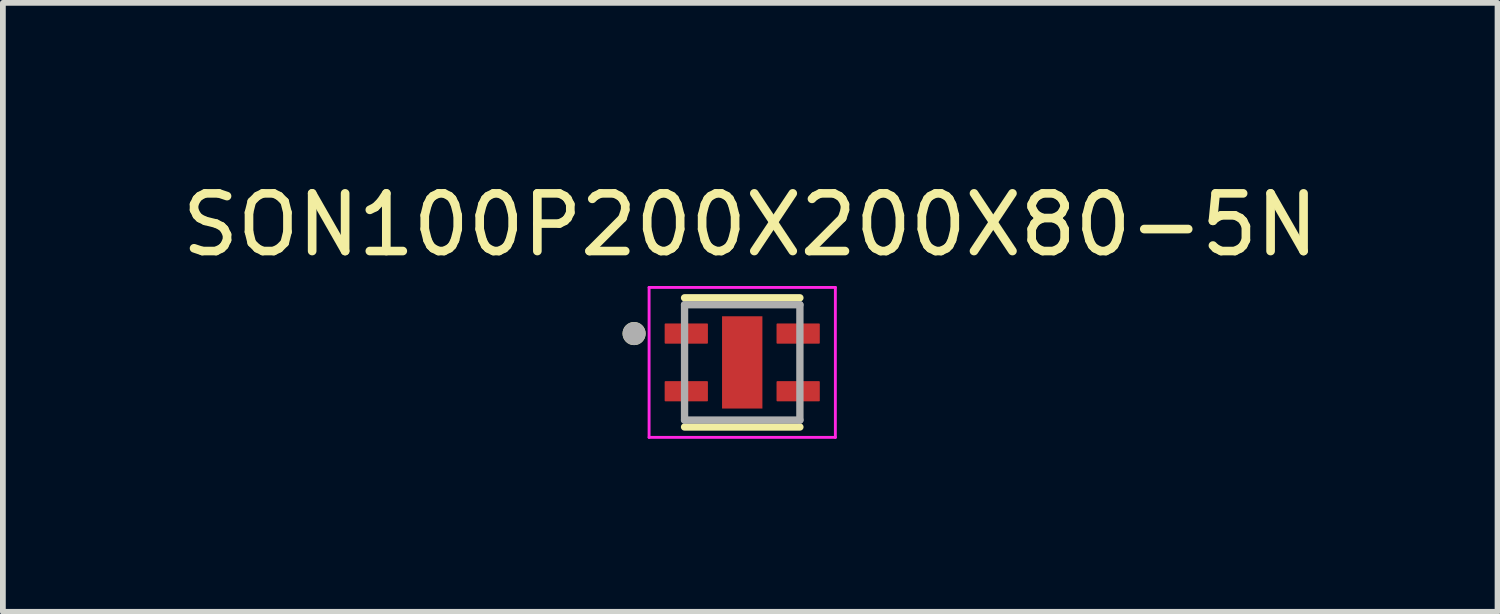
<source format=kicad_pcb>
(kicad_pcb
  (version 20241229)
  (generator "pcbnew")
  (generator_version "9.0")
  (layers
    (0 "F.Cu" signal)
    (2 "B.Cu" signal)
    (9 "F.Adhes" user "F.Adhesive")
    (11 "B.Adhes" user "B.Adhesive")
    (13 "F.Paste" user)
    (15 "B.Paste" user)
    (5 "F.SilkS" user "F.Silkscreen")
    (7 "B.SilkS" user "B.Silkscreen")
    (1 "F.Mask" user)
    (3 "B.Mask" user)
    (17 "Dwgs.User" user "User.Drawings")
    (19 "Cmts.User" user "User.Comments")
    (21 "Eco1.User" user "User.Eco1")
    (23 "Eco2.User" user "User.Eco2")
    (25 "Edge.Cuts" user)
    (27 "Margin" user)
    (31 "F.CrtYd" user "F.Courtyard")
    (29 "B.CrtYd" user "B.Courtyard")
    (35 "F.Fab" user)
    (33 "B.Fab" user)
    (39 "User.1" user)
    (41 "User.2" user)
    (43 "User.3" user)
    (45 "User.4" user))
  (footprint "SON100P200X200X80-5N"
    (layer "F.Cu")
    (at 9.82 3.234)
    (property "Reference" "SON100P200X200X80-5N" (at 0.138 -2.386 0) (layer "F.SilkS") (effects (font (size 1 1) (thickness 0.15))))
    (attr through_hole)
    (fp_line (start -1 -1.12) (end 1 -1.12) (stroke (width 0.127) (type solid)) (layer "F.SilkS"))
    (fp_line (start -1 1.12) (end 1 1.12) (stroke (width 0.127) (type solid)) (layer "F.SilkS"))
    (fp_circle (center -1.875 -0.5) (end -1.775 -0.5) (stroke (width 0.2) (type solid)) (fill no) (layer "F.SilkS"))
    (fp_line (start -1.615 -1.3) (end -1.615 1.3) (stroke (width 0.05) (type solid)) (layer "F.CrtYd"))
    (fp_line (start -1.615 -1.3) (end 1.615 -1.3) (stroke (width 0.05) (type solid)) (layer "F.CrtYd"))
    (fp_line (start -1.615 1.3) (end 1.615 1.3) (stroke (width 0.05) (type solid)) (layer "F.CrtYd"))
    (fp_line (start 1.615 -1.3) (end 1.615 1.3) (stroke (width 0.05) (type solid)) (layer "F.CrtYd"))
    (fp_line (start -1 -1) (end -1 1) (stroke (width 0.127) (type solid)) (layer "F.Fab"))
    (fp_line (start -1 -1) (end 1 -1) (stroke (width 0.127) (type solid)) (layer "F.Fab"))
    (fp_line (start -1 1) (end 1 1) (stroke (width 0.127) (type solid)) (layer "F.Fab"))
    (fp_line (start 1 -1) (end 1 1) (stroke (width 0.127) (type solid)) (layer "F.Fab"))
    (fp_circle (center -1.875 -0.5) (end -1.775 -0.5) (stroke (width 0.2) (type solid)) (fill no) (layer "F.Fab"))
    (pad "1" smd roundrect (at -0.97 -0.5) (size 0.75 0.35) (layers "F.Cu" "F.Mask" "F.Paste") (roundrect_rratio 0.04))
    (pad "2" smd roundrect (at -0.97 0.5) (size 0.75 0.35) (layers "F.Cu" "F.Mask" "F.Paste") (roundrect_rratio 0.04))
    (pad "3" smd roundrect (at 0.97 0.5) (size 0.75 0.35) (layers "F.Cu" "F.Mask" "F.Paste") (roundrect_rratio 0.04))
    (pad "4" smd roundrect (at 0.97 -0.5) (size 0.75 0.35) (layers "F.Cu" "F.Mask" "F.Paste") (roundrect_rratio 0.04))
    (pad "5" smd rect (at 0 0) (size 0.7 1.6) (layers "F.Cu" "F.Mask" "F.Paste")))
  (gr_rect
    (start -3 -3)
    (end 22.917 7.559)
    (stroke (width 0.1) (type default))
    (fill no)
    (layer "Edge.Cuts")))
</source>
